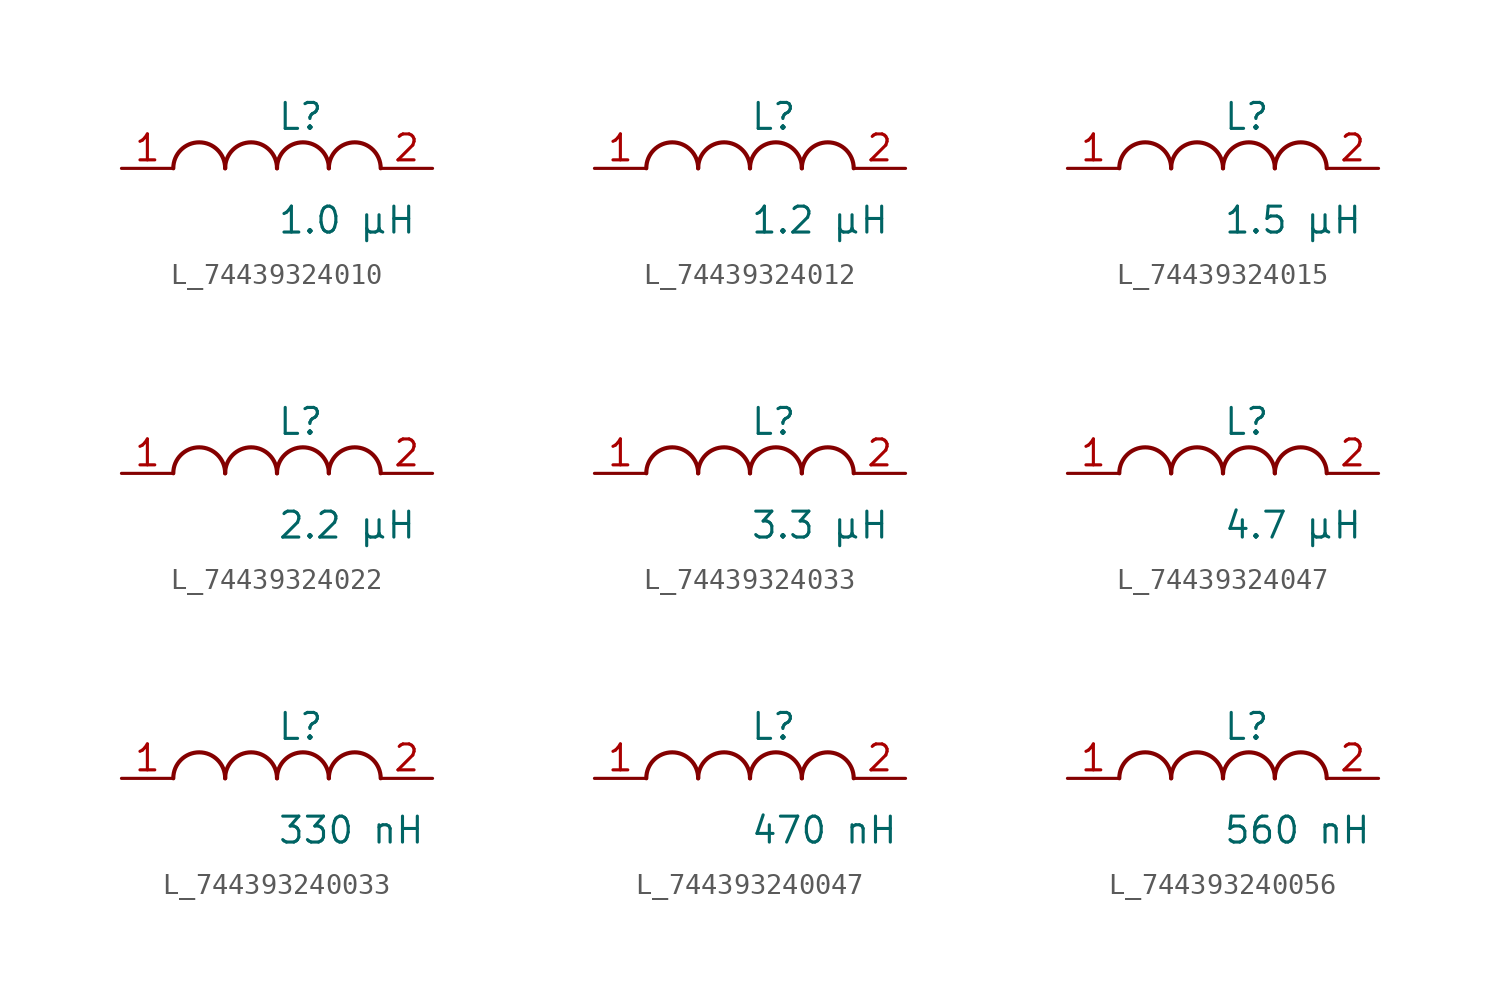
<source format=kicad_sym>
(kicad_symbol_lib
  (version 20231120)
  (generator kicad_symbol_editor)
  (generator_version 8.0)
  (symbol "L_74439324010"
    (pin_names
      (offset 0.254))
    (property "Reference" "L"
      (at 0 2.54 0)
      (effects (font (size 1.27 1.27)) (justify left)))
    (property "Value" "1.0 µH"
      (at 0 -2.54 0)
      (effects (font (size 1.27 1.27)) (justify left)))
    (symbol "L_74439324010_1_1"
      (arc (start -2.54 0.0056) (mid -3.81 1.27) (end -5.08 0.0056) (stroke (width 0.2032) (type default)) (fill (type none)))
      (arc (start 0 0.0056) (mid -1.27 1.27) (end -2.54 0.0056) (stroke (width 0.2032) (type default)) (fill (type none)))
      (arc (start 2.54 0.0056) (mid 1.27 1.27) (end 0 0.0056) (stroke (width 0.2032) (type default)) (fill (type none)))
      (arc (start 5.08 0.0056) (mid 3.81 1.27) (end 2.54 0.0056) (stroke (width 0.2032) (type default)) (fill (type none)))
      (pin passive line (at -7.62 0 0) (length 2.54) (name "" (effects (font (size 1.27 1.27)))) (number "1" (effects (font (size 1.27 1.27)))))
      (pin passive line (at 7.62 0 180) (length 2.54) (name "" (effects (font (size 1.27 1.27)))) (number "2" (effects (font (size 1.27 1.27)))))))
  (symbol "L_74439324012"
    (pin_names
      (offset 0.254))
    (property "Reference" "L"
      (at 0 2.54 0)
      (effects (font (size 1.27 1.27)) (justify left)))
    (property "Value" "1.2 µH"
      (at 0 -2.54 0)
      (effects (font (size 1.27 1.27)) (justify left)))
    (symbol "L_74439324012_1_1"
      (arc (start -2.54 0.0056) (mid -3.81 1.27) (end -5.08 0.0056) (stroke (width 0.2032) (type default)) (fill (type none)))
      (arc (start 0 0.0056) (mid -1.27 1.27) (end -2.54 0.0056) (stroke (width 0.2032) (type default)) (fill (type none)))
      (arc (start 2.54 0.0056) (mid 1.27 1.27) (end 0 0.0056) (stroke (width 0.2032) (type default)) (fill (type none)))
      (arc (start 5.08 0.0056) (mid 3.81 1.27) (end 2.54 0.0056) (stroke (width 0.2032) (type default)) (fill (type none)))
      (pin passive line (at -7.62 0 0) (length 2.54) (name "" (effects (font (size 1.27 1.27)))) (number "1" (effects (font (size 1.27 1.27)))))
      (pin passive line (at 7.62 0 180) (length 2.54) (name "" (effects (font (size 1.27 1.27)))) (number "2" (effects (font (size 1.27 1.27)))))))
  (symbol "L_74439324015"
    (pin_names
      (offset 0.254))
    (property "Reference" "L"
      (at 0 2.54 0)
      (effects (font (size 1.27 1.27)) (justify left)))
    (property "Value" "1.5 µH"
      (at 0 -2.54 0)
      (effects (font (size 1.27 1.27)) (justify left)))
    (symbol "L_74439324015_1_1"
      (arc (start -2.54 0.0056) (mid -3.81 1.27) (end -5.08 0.0056) (stroke (width 0.2032) (type default)) (fill (type none)))
      (arc (start 0 0.0056) (mid -1.27 1.27) (end -2.54 0.0056) (stroke (width 0.2032) (type default)) (fill (type none)))
      (arc (start 2.54 0.0056) (mid 1.27 1.27) (end 0 0.0056) (stroke (width 0.2032) (type default)) (fill (type none)))
      (arc (start 5.08 0.0056) (mid 3.81 1.27) (end 2.54 0.0056) (stroke (width 0.2032) (type default)) (fill (type none)))
      (pin passive line (at -7.62 0 0) (length 2.54) (name "" (effects (font (size 1.27 1.27)))) (number "1" (effects (font (size 1.27 1.27)))))
      (pin passive line (at 7.62 0 180) (length 2.54) (name "" (effects (font (size 1.27 1.27)))) (number "2" (effects (font (size 1.27 1.27)))))))
  (symbol "L_74439324022"
    (pin_names
      (offset 0.254))
    (property "Reference" "L"
      (at 0 2.54 0)
      (effects (font (size 1.27 1.27)) (justify left)))
    (property "Value" "2.2 µH"
      (at 0 -2.54 0)
      (effects (font (size 1.27 1.27)) (justify left)))
    (symbol "L_74439324022_1_1"
      (arc (start -2.54 0.0056) (mid -3.81 1.27) (end -5.08 0.0056) (stroke (width 0.2032) (type default)) (fill (type none)))
      (arc (start 0 0.0056) (mid -1.27 1.27) (end -2.54 0.0056) (stroke (width 0.2032) (type default)) (fill (type none)))
      (arc (start 2.54 0.0056) (mid 1.27 1.27) (end 0 0.0056) (stroke (width 0.2032) (type default)) (fill (type none)))
      (arc (start 5.08 0.0056) (mid 3.81 1.27) (end 2.54 0.0056) (stroke (width 0.2032) (type default)) (fill (type none)))
      (pin passive line (at -7.62 0 0) (length 2.54) (name "" (effects (font (size 1.27 1.27)))) (number "1" (effects (font (size 1.27 1.27)))))
      (pin passive line (at 7.62 0 180) (length 2.54) (name "" (effects (font (size 1.27 1.27)))) (number "2" (effects (font (size 1.27 1.27)))))))
  (symbol "L_74439324033"
    (pin_names
      (offset 0.254))
    (property "Reference" "L"
      (at 0 2.54 0)
      (effects (font (size 1.27 1.27)) (justify left)))
    (property "Value" "3.3 µH"
      (at 0 -2.54 0)
      (effects (font (size 1.27 1.27)) (justify left)))
    (symbol "L_74439324033_1_1"
      (arc (start -2.54 0.0056) (mid -3.81 1.27) (end -5.08 0.0056) (stroke (width 0.2032) (type default)) (fill (type none)))
      (arc (start 0 0.0056) (mid -1.27 1.27) (end -2.54 0.0056) (stroke (width 0.2032) (type default)) (fill (type none)))
      (arc (start 2.54 0.0056) (mid 1.27 1.27) (end 0 0.0056) (stroke (width 0.2032) (type default)) (fill (type none)))
      (arc (start 5.08 0.0056) (mid 3.81 1.27) (end 2.54 0.0056) (stroke (width 0.2032) (type default)) (fill (type none)))
      (pin passive line (at -7.62 0 0) (length 2.54) (name "" (effects (font (size 1.27 1.27)))) (number "1" (effects (font (size 1.27 1.27)))))
      (pin passive line (at 7.62 0 180) (length 2.54) (name "" (effects (font (size 1.27 1.27)))) (number "2" (effects (font (size 1.27 1.27)))))))
  (symbol "L_74439324047"
    (pin_names
      (offset 0.254))
    (property "Reference" "L"
      (at 0 2.54 0)
      (effects (font (size 1.27 1.27)) (justify left)))
    (property "Value" "4.7 µH"
      (at 0 -2.54 0)
      (effects (font (size 1.27 1.27)) (justify left)))
    (symbol "L_74439324047_1_1"
      (arc (start -2.54 0.0056) (mid -3.81 1.27) (end -5.08 0.0056) (stroke (width 0.2032) (type default)) (fill (type none)))
      (arc (start 0 0.0056) (mid -1.27 1.27) (end -2.54 0.0056) (stroke (width 0.2032) (type default)) (fill (type none)))
      (arc (start 2.54 0.0056) (mid 1.27 1.27) (end 0 0.0056) (stroke (width 0.2032) (type default)) (fill (type none)))
      (arc (start 5.08 0.0056) (mid 3.81 1.27) (end 2.54 0.0056) (stroke (width 0.2032) (type default)) (fill (type none)))
      (pin passive line (at -7.62 0 0) (length 2.54) (name "" (effects (font (size 1.27 1.27)))) (number "1" (effects (font (size 1.27 1.27)))))
      (pin passive line (at 7.62 0 180) (length 2.54) (name "" (effects (font (size 1.27 1.27)))) (number "2" (effects (font (size 1.27 1.27)))))))
  (symbol "L_744393240033"
    (pin_names
      (offset 0.254))
    (property "Reference" "L"
      (at 0 2.54 0)
      (effects (font (size 1.27 1.27)) (justify left)))
    (property "Value" "330 nH"
      (at 0 -2.54 0)
      (effects (font (size 1.27 1.27)) (justify left)))
    (symbol "L_744393240033_1_1"
      (arc (start -2.54 0.0056) (mid -3.81 1.27) (end -5.08 0.0056) (stroke (width 0.2032) (type default)) (fill (type none)))
      (arc (start 0 0.0056) (mid -1.27 1.27) (end -2.54 0.0056) (stroke (width 0.2032) (type default)) (fill (type none)))
      (arc (start 2.54 0.0056) (mid 1.27 1.27) (end 0 0.0056) (stroke (width 0.2032) (type default)) (fill (type none)))
      (arc (start 5.08 0.0056) (mid 3.81 1.27) (end 2.54 0.0056) (stroke (width 0.2032) (type default)) (fill (type none)))
      (pin passive line (at -7.62 0 0) (length 2.54) (name "" (effects (font (size 1.27 1.27)))) (number "1" (effects (font (size 1.27 1.27)))))
      (pin passive line (at 7.62 0 180) (length 2.54) (name "" (effects (font (size 1.27 1.27)))) (number "2" (effects (font (size 1.27 1.27)))))))
  (symbol "L_744393240047"
    (pin_names
      (offset 0.254))
    (property "Reference" "L"
      (at 0 2.54 0)
      (effects (font (size 1.27 1.27)) (justify left)))
    (property "Value" "470 nH"
      (at 0 -2.54 0)
      (effects (font (size 1.27 1.27)) (justify left)))
    (symbol "L_744393240047_1_1"
      (arc (start -2.54 0.0056) (mid -3.81 1.27) (end -5.08 0.0056) (stroke (width 0.2032) (type default)) (fill (type none)))
      (arc (start 0 0.0056) (mid -1.27 1.27) (end -2.54 0.0056) (stroke (width 0.2032) (type default)) (fill (type none)))
      (arc (start 2.54 0.0056) (mid 1.27 1.27) (end 0 0.0056) (stroke (width 0.2032) (type default)) (fill (type none)))
      (arc (start 5.08 0.0056) (mid 3.81 1.27) (end 2.54 0.0056) (stroke (width 0.2032) (type default)) (fill (type none)))
      (pin passive line (at -7.62 0 0) (length 2.54) (name "" (effects (font (size 1.27 1.27)))) (number "1" (effects (font (size 1.27 1.27)))))
      (pin passive line (at 7.62 0 180) (length 2.54) (name "" (effects (font (size 1.27 1.27)))) (number "2" (effects (font (size 1.27 1.27)))))))
  (symbol "L_744393240056"
    (pin_names
      (offset 0.254))
    (property "Reference" "L"
      (at 0 2.54 0)
      (effects (font (size 1.27 1.27)) (justify left)))
    (property "Value" "560 nH"
      (at 0 -2.54 0)
      (effects (font (size 1.27 1.27)) (justify left)))
    (symbol "L_744393240056_1_1"
      (arc (start -2.54 0.0056) (mid -3.81 1.27) (end -5.08 0.0056) (stroke (width 0.2032) (type default)) (fill (type none)))
      (arc (start 0 0.0056) (mid -1.27 1.27) (end -2.54 0.0056) (stroke (width 0.2032) (type default)) (fill (type none)))
      (arc (start 2.54 0.0056) (mid 1.27 1.27) (end 0 0.0056) (stroke (width 0.2032) (type default)) (fill (type none)))
      (arc (start 5.08 0.0056) (mid 3.81 1.27) (end 2.54 0.0056) (stroke (width 0.2032) (type default)) (fill (type none)))
      (pin passive line (at -7.62 0 0) (length 2.54) (name "" (effects (font (size 1.27 1.27)))) (number "1" (effects (font (size 1.27 1.27)))))
      (pin passive line (at 7.62 0 180) (length 2.54) (name "" (effects (font (size 1.27 1.27)))) (number "2" (effects (font (size 1.27 1.27))))))))
</source>
